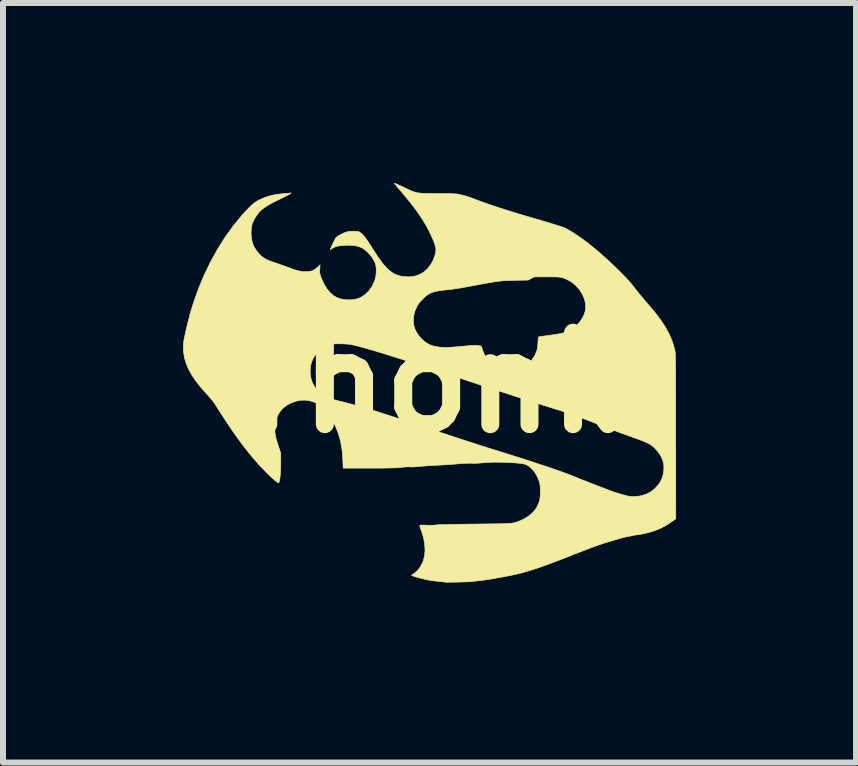
<source format=kicad_pcb>
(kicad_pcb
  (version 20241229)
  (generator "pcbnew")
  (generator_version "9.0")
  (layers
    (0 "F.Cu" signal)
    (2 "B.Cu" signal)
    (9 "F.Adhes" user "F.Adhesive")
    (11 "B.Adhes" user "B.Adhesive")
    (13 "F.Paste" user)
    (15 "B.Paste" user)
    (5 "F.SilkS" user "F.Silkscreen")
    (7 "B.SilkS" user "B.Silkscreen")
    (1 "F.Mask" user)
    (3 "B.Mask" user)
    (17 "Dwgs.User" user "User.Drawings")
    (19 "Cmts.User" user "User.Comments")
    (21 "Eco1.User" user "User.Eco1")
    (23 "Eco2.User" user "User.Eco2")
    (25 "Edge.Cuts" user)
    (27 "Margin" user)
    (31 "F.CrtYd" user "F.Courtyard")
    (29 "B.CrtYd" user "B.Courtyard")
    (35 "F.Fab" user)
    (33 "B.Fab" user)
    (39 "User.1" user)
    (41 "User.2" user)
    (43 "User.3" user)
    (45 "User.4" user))
  (footprint "Thonk"
    (layer "F.Cu")
    (at 4.106 3.33)
    (property "Reference" "Thonk" (at 0 0 0) (layer "F.SilkS") (effects (font (size 1.524 1.524) (thickness 0.3))))
    (attr through_hole)
    (fp_poly (pts (xy -0.572 -3.323) (xy -0.551 -3.314) (xy -0.519 -3.3) (xy -0.479 -3.282) (xy -0.433 -3.261) (xy -0.425 -3.257) (xy -0.373 -3.232) (xy -0.329 -3.212) (xy -0.291 -3.195) (xy -0.256 -3.182) (xy -0.223 -3.173) (xy -0.188 -3.165) (xy -0.149 -3.161) (xy -0.104 -3.157) (xy -0.05 -3.156) (xy 0.015 -3.155) (xy 0.093 -3.154) (xy 0.135 -3.154) (xy 0.206 -3.153) (xy 0.273 -3.153) (xy 0.332 -3.152) (xy 0.383 -3.151) (xy 0.423 -3.149) (xy 0.45 -3.148) (xy 0.461 -3.147) (xy 0.495 -3.139) (xy 0.534 -3.131) (xy 0.549 -3.129) (xy 0.587 -3.119) (xy 0.636 -3.104) (xy 0.697 -3.083) (xy 0.772 -3.055) (xy 0.781 -3.051) (xy 0.89 -3.01) (xy 1.015 -2.966) (xy 1.156 -2.919) (xy 1.314 -2.869) (xy 1.489 -2.815) (xy 1.68 -2.759) (xy 1.723 -2.746) (xy 1.811 -2.721) (xy 1.897 -2.695) (xy 1.981 -2.67) (xy 2.058 -2.646) (xy 2.128 -2.625) (xy 2.186 -2.606) (xy 2.232 -2.591) (xy 2.239 -2.589) (xy 2.269 -2.576) (xy 2.309 -2.554) (xy 2.358 -2.525) (xy 2.414 -2.49) (xy 2.473 -2.451) (xy 2.533 -2.41) (xy 2.59 -2.368) (xy 2.667 -2.309) (xy 2.749 -2.243) (xy 2.834 -2.171) (xy 2.92 -2.095) (xy 3.006 -2.016) (xy 3.09 -1.937) (xy 3.17 -1.859) (xy 3.243 -1.785) (xy 3.309 -1.715) (xy 3.364 -1.652) (xy 3.402 -1.604) (xy 3.437 -1.559) (xy 3.478 -1.507) (xy 3.522 -1.454) (xy 3.562 -1.406) (xy 3.57 -1.396) (xy 3.605 -1.356) (xy 3.638 -1.317) (xy 3.668 -1.282) (xy 3.692 -1.255) (xy 3.7 -1.245) (xy 3.791 -1.134) (xy 3.868 -1.029) (xy 3.933 -0.929) (xy 3.987 -0.832) (xy 4.031 -0.736) (xy 4.066 -0.638) (xy 4.089 -0.553) (xy 4.092 -0.544) (xy 4.093 -0.534) (xy 4.095 -0.523) (xy 4.097 -0.509) (xy 4.098 -0.492) (xy 4.099 -0.471) (xy 4.1 -0.445) (xy 4.101 -0.414) (xy 4.102 -0.376) (xy 4.103 -0.332) (xy 4.104 -0.279) (xy 4.104 -0.217) (xy 4.105 -0.146) (xy 4.105 -0.064) (xy 4.105 0.028) (xy 4.105 0.133) (xy 4.106 0.251) (xy 4.106 0.382) (xy 4.106 0.527) (xy 4.106 0.688) (xy 4.106 0.865) (xy 4.106 0.89) (xy 4.107 2.266) (xy 4.041 2.313) (xy 3.981 2.354) (xy 3.924 2.388) (xy 3.862 2.42) (xy 3.811 2.443) (xy 3.765 2.461) (xy 3.709 2.479) (xy 3.648 2.497) (xy 3.588 2.512) (xy 3.535 2.523) (xy 3.514 2.526) (xy 3.463 2.533) (xy 3.416 2.541) (xy 3.399 2.544) (xy 3.378 2.548) (xy 3.357 2.553) (xy 3.333 2.557) (xy 3.315 2.561) (xy 3.275 2.569) (xy 3.222 2.582) (xy 3.159 2.599) (xy 3.09 2.619) (xy 3.017 2.641) (xy 2.943 2.663) (xy 2.873 2.686) (xy 2.808 2.708) (xy 2.771 2.721) (xy 2.723 2.739) (xy 2.663 2.762) (xy 2.595 2.788) (xy 2.522 2.816) (xy 2.448 2.844) (xy 2.377 2.872) (xy 2.371 2.875) (xy 2.23 2.93) (xy 2.103 2.979) (xy 1.988 3.022) (xy 1.883 3.06) (xy 1.787 3.093) (xy 1.697 3.122) (xy 1.613 3.147) (xy 1.532 3.17) (xy 1.453 3.189) (xy 1.374 3.207) (xy 1.293 3.223) (xy 1.208 3.239) (xy 1.206 3.239) (xy 1.169 3.245) (xy 1.144 3.25) (xy 1.125 3.254) (xy 1.118 3.255) (xy 1.055 3.267) (xy 1.018 3.272) (xy 0.99 3.277) (xy 0.96 3.281) (xy 0.959 3.281) (xy 0.902 3.29) (xy 0.839 3.297) (xy 0.78 3.304) (xy 0.754 3.307) (xy 0.72 3.31) (xy 0.686 3.314) (xy 0.673 3.315) (xy 0.656 3.317) (xy 0.626 3.318) (xy 0.586 3.319) (xy 0.54 3.32) (xy 0.49 3.322) (xy 0.438 3.322) (xy 0.388 3.323) (xy 0.343 3.324) (xy 0.305 3.324) (xy 0.277 3.324) (xy 0.262 3.323) (xy 0.26 3.323) (xy 0.251 3.32) (xy 0.23 3.318) (xy 0.203 3.315) (xy 0.169 3.312) (xy 0.137 3.308) (xy 0.119 3.306) (xy 0.091 3.303) (xy 0.059 3.299) (xy 0.047 3.297) (xy 0.019 3.293) (xy -0.005 3.29) (xy -0.012 3.288) (xy -0.035 3.283) (xy -0.047 3.281) (xy -0.085 3.272) (xy -0.128 3.261) (xy -0.172 3.25) (xy -0.213 3.238) (xy -0.246 3.229) (xy -0.265 3.222) (xy -0.298 3.208) (xy -0.265 3.186) (xy -0.203 3.135) (xy -0.151 3.07) (xy -0.111 2.993) (xy -0.096 2.952) (xy -0.078 2.873) (xy -0.072 2.785) (xy -0.078 2.69) (xy -0.095 2.591) (xy -0.124 2.49) (xy -0.14 2.447) (xy -0.152 2.415) (xy -0.159 2.393) (xy -0.158 2.379) (xy -0.147 2.373) (xy -0.124 2.371) (xy -0.088 2.372) (xy -0.057 2.373) (xy -0.006 2.375) (xy 0.044 2.374) (xy 0.087 2.372) (xy 0.106 2.37) (xy 0.125 2.368) (xy 0.16 2.366) (xy 0.209 2.364) (xy 0.271 2.363) (xy 0.344 2.361) (xy 0.428 2.359) (xy 0.52 2.358) (xy 0.62 2.356) (xy 0.726 2.355) (xy 0.762 2.355) (xy 0.879 2.353) (xy 0.981 2.352) (xy 1.069 2.351) (xy 1.144 2.35) (xy 1.207 2.349) (xy 1.26 2.347) (xy 1.304 2.345) (xy 1.34 2.343) (xy 1.371 2.34) (xy 1.396 2.336) (xy 1.418 2.332) (xy 1.438 2.326) (xy 1.457 2.32) (xy 1.477 2.313) (xy 1.499 2.305) (xy 1.507 2.301) (xy 1.583 2.266) (xy 1.653 2.222) (xy 1.713 2.172) (xy 1.762 2.119) (xy 1.793 2.07) (xy 1.815 2.022) (xy 1.831 1.982) (xy 1.841 1.944) (xy 1.847 1.902) (xy 1.849 1.852) (xy 1.849 1.812) (xy 1.849 1.763) (xy 1.847 1.726) (xy 1.844 1.697) (xy 1.838 1.67) (xy 1.83 1.642) (xy 1.826 1.63) (xy 1.796 1.557) (xy 1.761 1.496) (xy 1.718 1.444) (xy 1.7 1.427) (xy 1.668 1.398) (xy 1.639 1.377) (xy 1.608 1.362) (xy 1.574 1.352) (xy 1.53 1.344) (xy 1.475 1.339) (xy 1.46 1.337) (xy 1.326 1.328) (xy 1.199 1.324) (xy 1.081 1.323) (xy 0.976 1.327) (xy 0.901 1.333) (xy 0.844 1.338) (xy 0.79 1.341) (xy 0.744 1.342) (xy 0.71 1.341) (xy 0.677 1.34) (xy 0.633 1.341) (xy 0.583 1.343) (xy 0.534 1.346) (xy 0.533 1.346) (xy 0.414 1.356) (xy 0.287 1.365) (xy 0.15 1.373) (xy 0.034 1.38) (xy -0.023 1.383) (xy -0.081 1.387) (xy -0.134 1.391) (xy -0.179 1.395) (xy -0.203 1.397) (xy -0.244 1.401) (xy -0.284 1.403) (xy -0.317 1.402) (xy -0.326 1.401) (xy -0.352 1.401) (xy -0.389 1.402) (xy -0.432 1.405) (xy -0.47 1.409) (xy -0.499 1.413) (xy -0.532 1.415) (xy -0.572 1.417) (xy -0.62 1.419) (xy -0.678 1.42) (xy -0.746 1.421) (xy -0.827 1.422) (xy -0.922 1.422) (xy -1.004 1.422) (xy -1.437 1.422) (xy -1.442 1.274) (xy -1.455 1.118) (xy -1.48 0.973) (xy -1.518 0.839) (xy -1.569 0.715) (xy -1.632 0.601) (xy -1.709 0.497) (xy -1.771 0.429) (xy -1.815 0.387) (xy -1.855 0.356) (xy -1.896 0.333) (xy -1.941 0.315) (xy -1.991 0.3) (xy -2.066 0.289) (xy -2.146 0.291) (xy -2.226 0.307) (xy -2.303 0.335) (xy -2.375 0.373) (xy -2.437 0.421) (xy -2.473 0.46) (xy -2.517 0.524) (xy -2.548 0.589) (xy -2.567 0.659) (xy -2.575 0.739) (xy -2.575 0.764) (xy -2.575 0.803) (xy -2.572 0.838) (xy -2.568 0.873) (xy -2.56 0.911) (xy -2.548 0.955) (xy -2.531 1.008) (xy -2.512 1.067) (xy -2.477 1.173) (xy -2.477 1.334) (xy -2.478 1.408) (xy -2.481 1.477) (xy -2.485 1.539) (xy -2.491 1.592) (xy -2.498 1.632) (xy -2.506 1.659) (xy -2.507 1.661) (xy -2.512 1.668) (xy -2.52 1.668) (xy -2.532 1.661) (xy -2.552 1.645) (xy -2.577 1.624) (xy -2.605 1.599) (xy -2.641 1.565) (xy -2.681 1.527) (xy -2.721 1.488) (xy -2.735 1.473) (xy -2.827 1.378) (xy -2.918 1.276) (xy -3.009 1.166) (xy -3.103 1.047) (xy -3.198 0.918) (xy -3.297 0.777) (xy -3.4 0.623) (xy -3.509 0.455) (xy -3.518 0.44) (xy -3.551 0.388) (xy -3.578 0.347) (xy -3.602 0.313) (xy -3.626 0.282) (xy -3.652 0.251) (xy -3.683 0.216) (xy -3.718 0.178) (xy -3.814 0.069) (xy -3.895 -0.035) (xy -3.962 -0.134) (xy -3.984 -0.175) (xy -1.987 -0.175) (xy -1.987 -0.169) (xy -1.974 -0.077) (xy -1.946 0.006) (xy -1.903 0.082) (xy -1.845 0.151) (xy -1.839 0.157) (xy -1.813 0.182) (xy -1.788 0.203) (xy -1.761 0.22) (xy -1.731 0.236) (xy -1.695 0.25) (xy -1.651 0.265) (xy -1.596 0.28) (xy -1.527 0.298) (xy -1.499 0.305) (xy -1.433 0.321) (xy -1.372 0.337) (xy -1.314 0.352) (xy -1.258 0.367) (xy -1.202 0.382) (xy -1.146 0.398) (xy -1.087 0.415) (xy -1.026 0.433) (xy -0.96 0.453) (xy -0.888 0.475) (xy -0.81 0.5) (xy -0.724 0.528) (xy -0.628 0.559) (xy -0.522 0.593) (xy -0.405 0.632) (xy -0.275 0.675) (xy -0.13 0.723) (xy -0.025 0.758) (xy 0.09 0.796) (xy 0.205 0.834) (xy 0.319 0.871) (xy 0.43 0.908) (xy 0.536 0.943) (xy 0.636 0.975) (xy 0.728 1.005) (xy 0.81 1.032) (xy 0.881 1.054) (xy 0.938 1.073) (xy 0.974 1.084) (xy 1.16 1.142) (xy 1.331 1.195) (xy 1.487 1.245) (xy 1.63 1.29) (xy 1.76 1.333) (xy 1.879 1.372) (xy 1.987 1.408) (xy 2.086 1.442) (xy 2.175 1.473) (xy 2.257 1.503) (xy 2.332 1.531) (xy 2.401 1.558) (xy 2.464 1.583) (xy 2.506 1.601) (xy 2.559 1.622) (xy 2.62 1.646) (xy 2.686 1.672) (xy 2.755 1.699) (xy 2.824 1.725) (xy 2.891 1.751) (xy 2.952 1.774) (xy 3.006 1.795) (xy 3.05 1.811) (xy 3.08 1.821) (xy 3.082 1.822) (xy 3.189 1.856) (xy 3.291 1.883) (xy 3.323 1.891) (xy 3.358 1.895) (xy 3.403 1.896) (xy 3.453 1.893) (xy 3.501 1.888) (xy 3.541 1.88) (xy 3.618 1.855) (xy 3.684 1.821) (xy 3.744 1.776) (xy 3.772 1.749) (xy 3.818 1.698) (xy 3.852 1.648) (xy 3.877 1.593) (xy 3.895 1.536) (xy 3.909 1.449) (xy 3.908 1.366) (xy 3.889 1.287) (xy 3.854 1.211) (xy 3.803 1.139) (xy 3.768 1.101) (xy 3.739 1.073) (xy 3.712 1.05) (xy 3.683 1.029) (xy 3.65 1.01) (xy 3.61 0.991) (xy 3.562 0.971) (xy 3.503 0.948) (xy 3.43 0.922) (xy 3.423 0.92) (xy 3.186 0.834) (xy 2.938 0.741) (xy 2.678 0.639) (xy 2.649 0.628) (xy 2.545 0.588) (xy 2.433 0.547) (xy 2.32 0.507) (xy 2.212 0.472) (xy 2.179 0.461) (xy 2.096 0.436) (xy 2.016 0.411) (xy 1.938 0.386) (xy 1.86 0.362) (xy 1.782 0.337) (xy 1.702 0.312) (xy 1.618 0.285) (xy 1.531 0.257) (xy 1.438 0.227) (xy 1.338 0.194) (xy 1.23 0.159) (xy 1.112 0.121) (xy 0.985 0.079) (xy 0.845 0.034) (xy 0.693 -0.016) (xy 0.527 -0.071) (xy 0.419 -0.106) (xy 0.24 -0.164) (xy 0.076 -0.218) (xy -0.073 -0.267) (xy -0.209 -0.311) (xy -0.334 -0.351) (xy -0.446 -0.388) (xy -0.549 -0.42) (xy -0.642 -0.45) (xy -0.726 -0.476) (xy -0.803 -0.5) (xy -0.873 -0.521) (xy -0.938 -0.541) (xy -0.998 -0.558) (xy -1.054 -0.574) (xy -1.107 -0.589) (xy -1.159 -0.602) (xy -1.209 -0.616) (xy -1.211 -0.616) (xy -1.26 -0.628) (xy -1.301 -0.637) (xy -1.34 -0.643) (xy -1.382 -0.646) (xy -1.432 -0.649) (xy -1.457 -0.65) (xy -1.521 -0.651) (xy -1.573 -0.649) (xy -1.615 -0.645) (xy -1.654 -0.635) (xy -1.692 -0.621) (xy -1.734 -0.601) (xy -1.748 -0.594) (xy -1.821 -0.547) (xy -1.882 -0.488) (xy -1.93 -0.42) (xy -1.964 -0.344) (xy -1.984 -0.262) (xy -1.987 -0.175) (xy -3.984 -0.175) (xy -4.015 -0.231) (xy -4.054 -0.325) (xy -4.082 -0.419) (xy -4.097 -0.514) (xy -4.101 -0.576) (xy -4.101 -0.614) (xy -4.098 -0.656) (xy -4.091 -0.705) (xy -4.08 -0.764) (xy -4.069 -0.813) (xy -4.056 -0.873) (xy -4.045 -0.92) (xy -4.037 -0.956) (xy -4.031 -0.984) (xy -4.025 -1.007) (xy -4.019 -1.027) (xy -4.018 -1.033) (xy -4.01 -1.062) (xy -0.265 -1.062) (xy -0.264 -0.994) (xy -0.253 -0.932) (xy -0.246 -0.91) (xy -0.214 -0.841) (xy -0.168 -0.775) (xy -0.113 -0.716) (xy -0.051 -0.666) (xy -0.003 -0.639) (xy 0.044 -0.62) (xy 0.095 -0.606) (xy 0.153 -0.596) (xy 0.218 -0.591) (xy 0.293 -0.59) (xy 0.381 -0.594) (xy 0.481 -0.602) (xy 0.555 -0.609) (xy 0.642 -0.617) (xy 0.713 -0.622) (xy 0.772 -0.623) (xy 0.818 -0.62) (xy 0.853 -0.614) (xy 0.856 -0.613) (xy 0.867 -0.602) (xy 0.877 -0.579) (xy 0.88 -0.569) (xy 0.888 -0.543) (xy 0.902 -0.508) (xy 0.918 -0.47) (xy 0.924 -0.457) (xy 0.963 -0.392) (xy 1.013 -0.332) (xy 1.071 -0.279) (xy 1.134 -0.236) (xy 1.199 -0.206) (xy 1.238 -0.195) (xy 1.28 -0.19) (xy 1.33 -0.188) (xy 1.384 -0.191) (xy 1.434 -0.197) (xy 1.477 -0.206) (xy 1.491 -0.21) (xy 1.566 -0.248) (xy 1.635 -0.3) (xy 1.696 -0.364) (xy 1.747 -0.436) (xy 1.785 -0.516) (xy 1.785 -0.516) (xy 1.796 -0.552) (xy 1.804 -0.59) (xy 1.808 -0.637) (xy 1.81 -0.665) (xy 1.812 -0.703) (xy 1.814 -0.734) (xy 1.817 -0.756) (xy 1.819 -0.764) (xy 1.829 -0.766) (xy 1.853 -0.771) (xy 1.888 -0.776) (xy 1.933 -0.782) (xy 1.984 -0.789) (xy 1.999 -0.791) (xy 2.1 -0.805) (xy 2.184 -0.82) (xy 2.255 -0.837) (xy 2.311 -0.855) (xy 2.356 -0.875) (xy 2.361 -0.878) (xy 2.385 -0.895) (xy 2.415 -0.919) (xy 2.447 -0.947) (xy 2.46 -0.961) (xy 2.509 -1.017) (xy 2.551 -1.08) (xy 2.582 -1.144) (xy 2.601 -1.207) (xy 2.605 -1.242) (xy 2.603 -1.317) (xy 2.585 -1.395) (xy 2.553 -1.471) (xy 2.553 -1.472) (xy 2.5 -1.555) (xy 2.435 -1.627) (xy 2.36 -1.686) (xy 2.275 -1.731) (xy 2.236 -1.746) (xy 2.218 -1.752) (xy 2.201 -1.756) (xy 2.182 -1.76) (xy 2.158 -1.762) (xy 2.129 -1.764) (xy 2.09 -1.765) (xy 2.039 -1.765) (xy 1.974 -1.765) (xy 1.964 -1.765) (xy 1.748 -1.765) (xy 1.697 -1.739) (xy 1.646 -1.712) (xy 1.431 -1.708) (xy 1.374 -1.706) (xy 1.323 -1.705) (xy 1.277 -1.703) (xy 1.234 -1.7) (xy 1.19 -1.696) (xy 1.145 -1.691) (xy 1.096 -1.684) (xy 1.042 -1.676) (xy 0.979 -1.665) (xy 0.906 -1.652) (xy 0.822 -1.636) (xy 0.723 -1.618) (xy 0.702 -1.614) (xy 0.614 -1.598) (xy 0.54 -1.584) (xy 0.476 -1.574) (xy 0.419 -1.565) (xy 0.366 -1.558) (xy 0.313 -1.552) (xy 0.288 -1.55) (xy 0.206 -1.541) (xy 0.139 -1.53) (xy 0.082 -1.518) (xy 0.035 -1.502) (xy -0.007 -1.481) (xy -0.046 -1.455) (xy -0.085 -1.422) (xy -0.11 -1.398) (xy -0.153 -1.353) (xy -0.185 -1.31) (xy -0.212 -1.263) (xy -0.236 -1.208) (xy -0.242 -1.191) (xy -0.258 -1.13) (xy -0.265 -1.062) (xy -4.01 -1.062) (xy -4.01 -1.063) (xy -4.003 -1.089) (xy -4 -1.101) (xy -3.991 -1.136) (xy -3.977 -1.183) (xy -3.961 -1.238) (xy -3.942 -1.297) (xy -3.931 -1.333) (xy -3.849 -1.566) (xy -3.754 -1.793) (xy -3.648 -2.013) (xy -3.532 -2.223) (xy -3.406 -2.424) (xy -3.271 -2.612) (xy -3.127 -2.787) (xy -3.052 -2.87) (xy -3.002 -2.922) (xy -2.96 -2.963) (xy -2.921 -2.995) (xy -2.884 -3.021) (xy -2.845 -3.043) (xy -2.809 -3.06) (xy -2.764 -3.079) (xy -2.716 -3.097) (xy -2.669 -3.112) (xy -2.63 -3.123) (xy -2.612 -3.127) (xy -2.585 -3.132) (xy -2.565 -3.136) (xy -2.53 -3.142) (xy -2.483 -3.147) (xy -2.429 -3.152) (xy -2.4 -3.154) (xy -2.367 -3.157) (xy -2.339 -3.16) (xy -2.321 -3.163) (xy -2.306 -3.165) (xy -2.305 -3.161) (xy -2.319 -3.151) (xy -2.347 -3.134) (xy -2.391 -3.112) (xy -2.45 -3.082) (xy -2.493 -3.061) (xy -2.576 -3.02) (xy -2.645 -2.984) (xy -2.702 -2.951) (xy -2.75 -2.92) (xy -2.789 -2.89) (xy -2.823 -2.858) (xy -2.853 -2.824) (xy -2.882 -2.785) (xy -2.894 -2.766) (xy -2.929 -2.706) (xy -2.953 -2.649) (xy -2.966 -2.589) (xy -2.971 -2.52) (xy -2.972 -2.501) (xy -2.966 -2.412) (xy -2.95 -2.334) (xy -2.92 -2.263) (xy -2.877 -2.196) (xy -2.836 -2.148) (xy -2.802 -2.114) (xy -2.767 -2.086) (xy -2.728 -2.062) (xy -2.682 -2.04) (xy -2.625 -2.018) (xy -2.568 -1.999) (xy -2.514 -1.981) (xy -2.455 -1.96) (xy -2.398 -1.94) (xy -2.35 -1.922) (xy -2.343 -1.92) (xy -2.273 -1.893) (xy -2.214 -1.874) (xy -2.162 -1.862) (xy -2.114 -1.854) (xy -2.066 -1.852) (xy -2.057 -1.851) (xy -2 -1.855) (xy -1.952 -1.866) (xy -1.909 -1.889) (xy -1.866 -1.924) (xy -1.864 -1.926) (xy -1.822 -1.965) (xy -1.826 -1.895) (xy -1.828 -1.861) (xy -1.827 -1.835) (xy -1.823 -1.811) (xy -1.814 -1.783) (xy -1.8 -1.745) (xy -1.8 -1.744) (xy -1.757 -1.648) (xy -1.707 -1.566) (xy -1.652 -1.499) (xy -1.591 -1.448) (xy -1.548 -1.424) (xy -1.485 -1.4) (xy -1.413 -1.386) (xy -1.338 -1.382) (xy -1.264 -1.387) (xy -1.195 -1.402) (xy -1.141 -1.424) (xy -1.069 -1.472) (xy -1.007 -1.533) (xy -0.955 -1.606) (xy -0.915 -1.691) (xy -0.909 -1.708) (xy -0.894 -1.766) (xy -0.886 -1.83) (xy -0.885 -1.894) (xy -0.891 -1.952) (xy -0.9 -1.987) (xy -0.928 -2.048) (xy -0.968 -2.109) (xy -1.017 -2.166) (xy -1.07 -2.214) (xy -1.125 -2.25) (xy -1.13 -2.253) (xy -1.187 -2.274) (xy -1.253 -2.287) (xy -1.332 -2.293) (xy -1.41 -2.291) (xy -1.477 -2.286) (xy -1.53 -2.277) (xy -1.574 -2.263) (xy -1.612 -2.244) (xy -1.618 -2.24) (xy -1.637 -2.228) (xy -1.649 -2.221) (xy -1.651 -2.22) (xy -1.647 -2.233) (xy -1.638 -2.256) (xy -1.624 -2.287) (xy -1.608 -2.321) (xy -1.591 -2.356) (xy -1.575 -2.386) (xy -1.563 -2.409) (xy -1.556 -2.419) (xy -1.526 -2.444) (xy -1.481 -2.47) (xy -1.427 -2.496) (xy -1.407 -2.504) (xy -1.373 -2.515) (xy -1.341 -2.522) (xy -1.304 -2.526) (xy -1.27 -2.526) (xy -1.236 -2.526) (xy -1.207 -2.524) (xy -1.181 -2.518) (xy -1.156 -2.507) (xy -1.132 -2.49) (xy -1.107 -2.467) (xy -1.08 -2.434) (xy -1.049 -2.393) (xy -1.013 -2.34) (xy -0.971 -2.275) (xy -0.927 -2.206) (xy -0.865 -2.11) (xy -0.808 -2.029) (xy -0.755 -1.962) (xy -0.704 -1.906) (xy -0.655 -1.862) (xy -0.606 -1.827) (xy -0.555 -1.802) (xy -0.502 -1.784) (xy -0.444 -1.772) (xy -0.423 -1.769) (xy -0.329 -1.766) (xy -0.242 -1.778) (xy -0.163 -1.804) (xy -0.092 -1.846) (xy -0.029 -1.902) (xy 0.025 -1.973) (xy 0.036 -1.991) (xy 0.06 -2.036) (xy 0.08 -2.087) (xy 0.097 -2.139) (xy 0.107 -2.185) (xy 0.11 -2.215) (xy 0.106 -2.255) (xy 0.092 -2.306) (xy 0.069 -2.368) (xy 0.036 -2.444) (xy 0.005 -2.51) (xy -0.043 -2.602) (xy -0.097 -2.694) (xy -0.157 -2.787) (xy -0.226 -2.885) (xy -0.304 -2.987) (xy -0.393 -3.097) (xy -0.465 -3.183) (xy -0.5 -3.224) (xy -0.53 -3.26) (xy -0.555 -3.29) (xy -0.572 -3.312) (xy -0.58 -3.324) (xy -0.581 -3.325) (xy -0.572 -3.323)) (stroke (width 0.01) (type solid)) (fill yes) (layer "F.SilkS")))
  (gr_rect
    (start -3 -3)
    (end 11.218 9.659)
    (stroke (width 0.1) (type default))
    (fill no)
    (layer "Edge.Cuts")))
</source>
